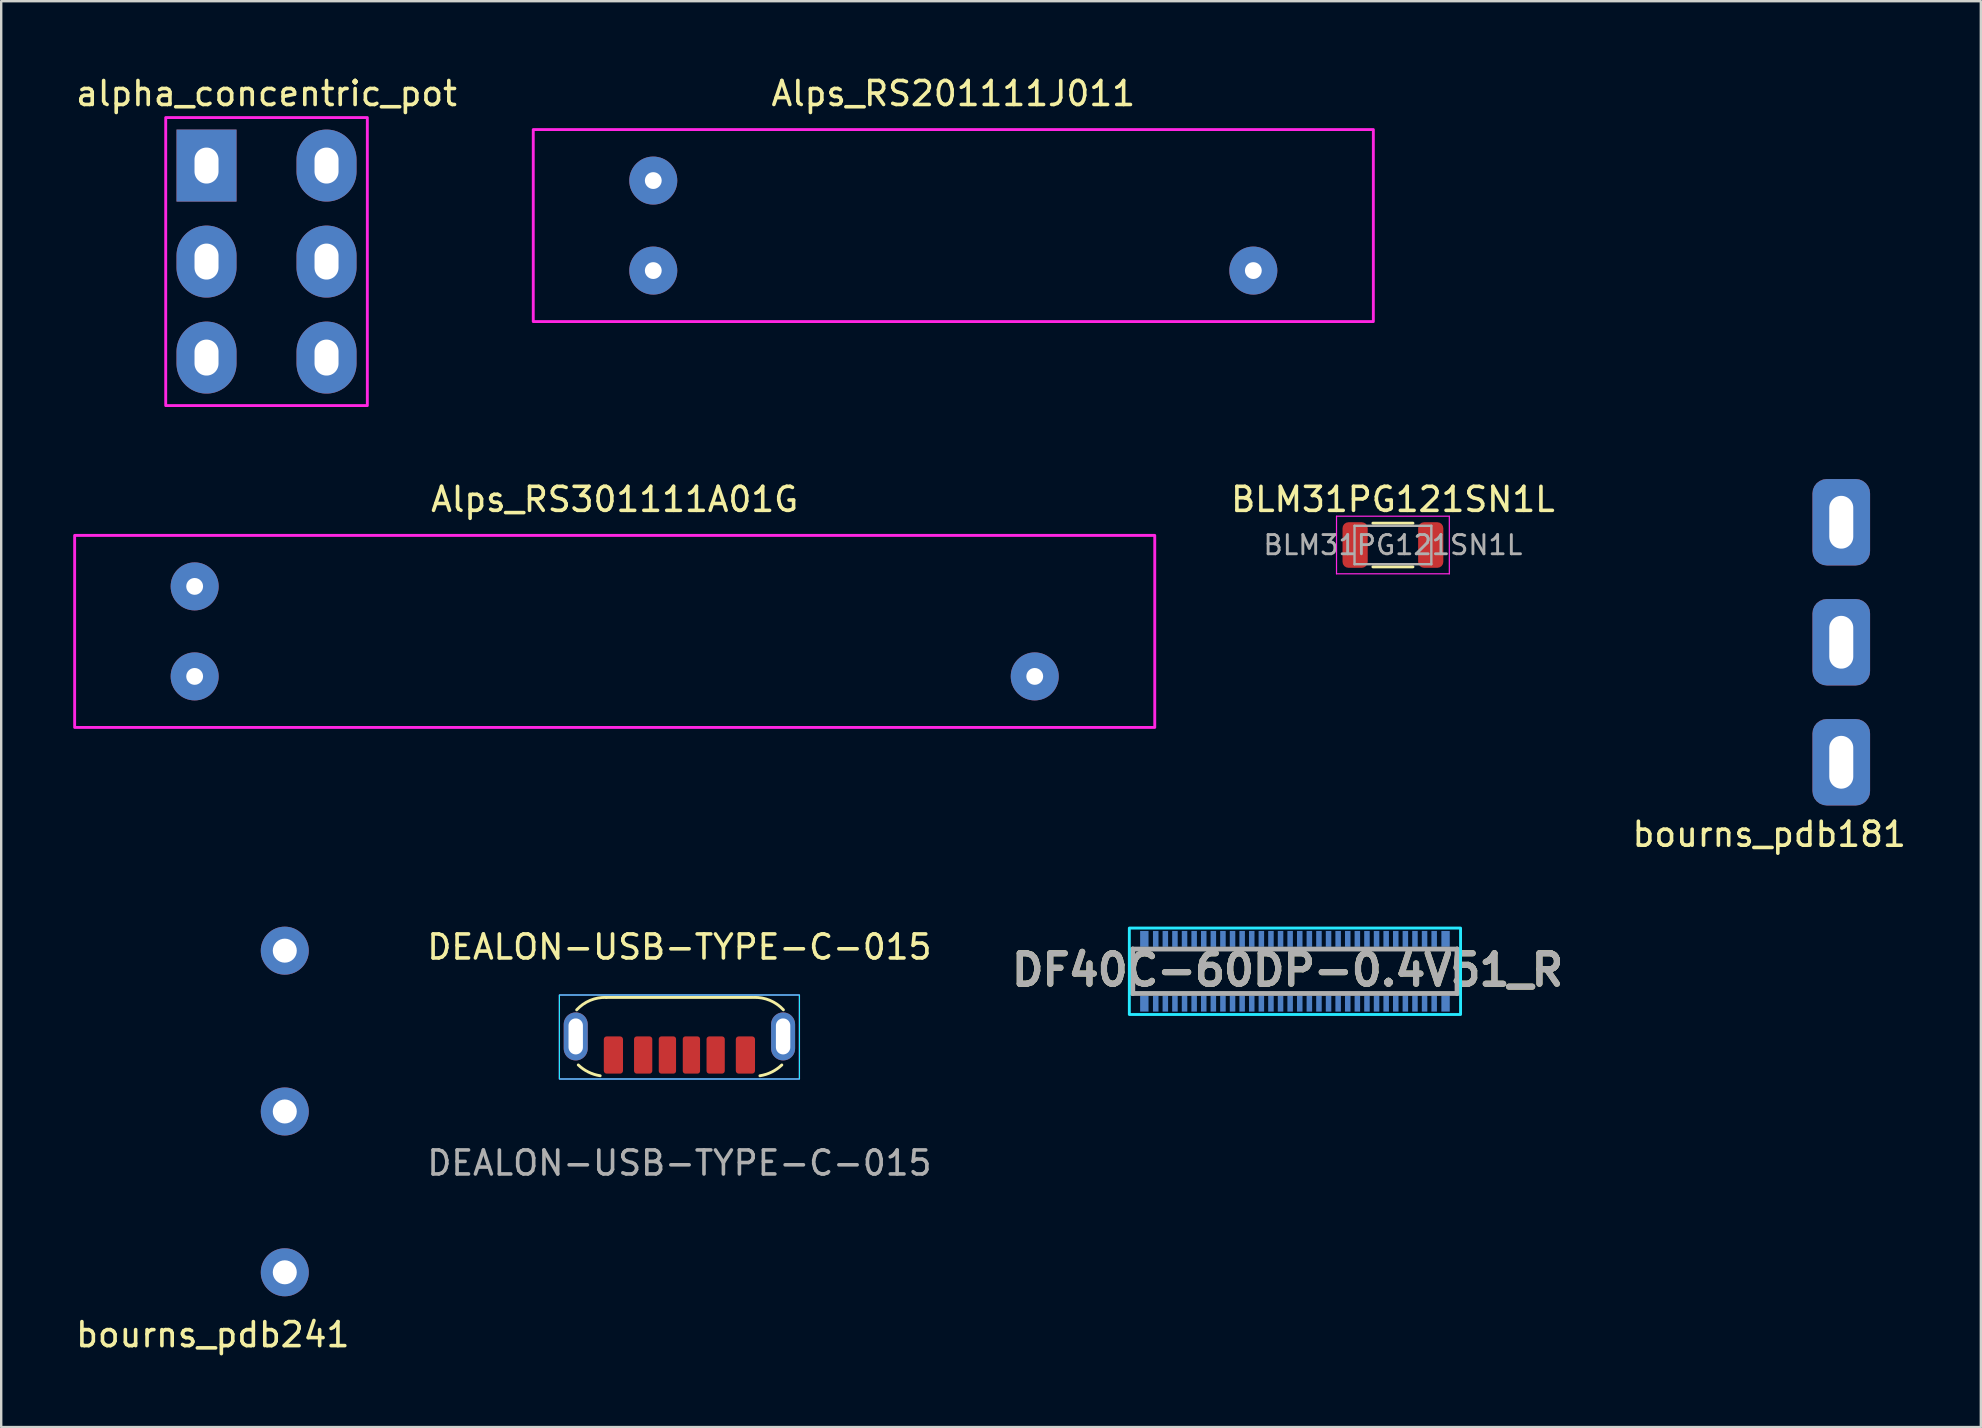
<source format=kicad_pcb>
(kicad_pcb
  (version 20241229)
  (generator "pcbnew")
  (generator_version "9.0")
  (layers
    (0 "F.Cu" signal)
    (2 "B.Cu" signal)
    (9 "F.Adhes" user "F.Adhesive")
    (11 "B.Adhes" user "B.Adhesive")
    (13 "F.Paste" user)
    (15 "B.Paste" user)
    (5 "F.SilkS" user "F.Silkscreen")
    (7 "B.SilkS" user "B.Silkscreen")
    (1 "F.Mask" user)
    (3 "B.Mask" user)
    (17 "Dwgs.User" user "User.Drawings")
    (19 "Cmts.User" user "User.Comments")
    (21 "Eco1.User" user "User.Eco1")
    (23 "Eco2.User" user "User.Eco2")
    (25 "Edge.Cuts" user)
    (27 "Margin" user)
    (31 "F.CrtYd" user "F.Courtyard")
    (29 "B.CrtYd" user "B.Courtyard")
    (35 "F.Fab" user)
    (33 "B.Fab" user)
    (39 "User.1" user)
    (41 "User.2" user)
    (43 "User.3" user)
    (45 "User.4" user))
  (footprint "DF40C-60DP-0.4V51_R"
    (layer "F.Cu")
    (at 50.901 37.416)
    (property "Reference" "DF40C-60DP-0.4V51_R" (at -0.306 -0.055 0) (layer "F.SilkS") (effects (font (size 1.27 1.27) (thickness 0.254))))
    (attr smd)
    (fp_line (start -6.76 0.925) (end -6.76 -0.925) (stroke (width 0.2) (type solid)) (layer "B.SilkS"))
    (fp_line (start 6.76 -0.925) (end 6.76 0.925) (stroke (width 0.2) (type solid)) (layer "B.SilkS"))
    (fp_rect (start -6.9 -1.8) (end 6.9 1.8) (stroke (width 0.12) (type solid)) (fill no) (layer "B.CrtYd"))
    (fp_line (start -6.76 -0.925) (end 6.76 -0.925) (stroke (width 0.2) (type solid)) (layer "F.Fab"))
    (fp_line (start -6.76 0.925) (end -6.76 -0.925) (stroke (width 0.2) (type solid)) (layer "F.Fab"))
    (fp_line (start 6.76 -0.925) (end 6.76 0.925) (stroke (width 0.2) (type solid)) (layer "F.Fab"))
    (fp_line (start 6.76 0.925) (end -6.76 0.925) (stroke (width 0.2) (type solid)) (layer "F.Fab"))
    (fp_text user "${REFERENCE}" (at -0.306 -0.055 0) (layer "F.Fab") (effects (font (size 1.27 1.27) (thickness 0.254))))
    (pad "1" smd rect (at -5.8 1.35 180) (size 0.23 0.66) (layers "B.Cu" "B.Mask" "B.Paste"))
    (pad "2" smd rect (at -5.8 -1.35 180) (size 0.23 0.66) (layers "B.Cu" "B.Mask" "B.Paste"))
    (pad "3" smd rect (at -5.4 1.35 180) (size 0.23 0.66) (layers "B.Cu" "B.Mask" "B.Paste"))
    (pad "4" smd rect (at -5.4 -1.35 180) (size 0.23 0.66) (layers "B.Cu" "B.Mask" "B.Paste"))
    (pad "5" smd rect (at -5 1.35 180) (size 0.23 0.66) (layers "B.Cu" "B.Mask" "B.Paste"))
    (pad "6" smd rect (at -5 -1.35 180) (size 0.23 0.66) (layers "B.Cu" "B.Mask" "B.Paste"))
    (pad "7" smd rect (at -4.6 1.35 180) (size 0.23 0.66) (layers "B.Cu" "B.Mask" "B.Paste"))
    (pad "8" smd rect (at -4.6 -1.35 180) (size 0.23 0.66) (layers "B.Cu" "B.Mask" "B.Paste"))
    (pad "9" smd rect (at -4.2 1.35 180) (size 0.23 0.66) (layers "B.Cu" "B.Mask" "B.Paste"))
    (pad "10" smd rect (at -4.2 -1.35 180) (size 0.23 0.66) (layers "B.Cu" "B.Mask" "B.Paste"))
    (pad "11" smd rect (at -3.8 1.35 180) (size 0.23 0.66) (layers "B.Cu" "B.Mask" "B.Paste"))
    (pad "12" smd rect (at -3.8 -1.35 180) (size 0.23 0.66) (layers "B.Cu" "B.Mask" "B.Paste"))
    (pad "13" smd rect (at -3.4 1.35 180) (size 0.23 0.66) (layers "B.Cu" "B.Mask" "B.Paste"))
    (pad "14" smd rect (at -3.4 -1.35 180) (size 0.23 0.66) (layers "B.Cu" "B.Mask" "B.Paste"))
    (pad "15" smd rect (at -3 1.35 180) (size 0.23 0.66) (layers "B.Cu" "B.Mask" "B.Paste"))
    (pad "16" smd rect (at -3 -1.35 180) (size 0.23 0.66) (layers "B.Cu" "B.Mask" "B.Paste"))
    (pad "17" smd rect (at -2.6 1.35 180) (size 0.23 0.66) (layers "B.Cu" "B.Mask" "B.Paste"))
    (pad "18" smd rect (at -2.6 -1.35 180) (size 0.23 0.66) (layers "B.Cu" "B.Mask" "B.Paste"))
    (pad "19" smd rect (at -2.2 1.35 180) (size 0.23 0.66) (layers "B.Cu" "B.Mask" "B.Paste"))
    (pad "20" smd rect (at -2.2 -1.35 180) (size 0.23 0.66) (layers "B.Cu" "B.Mask" "B.Paste"))
    (pad "21" smd rect (at -1.8 1.35 180) (size 0.23 0.66) (layers "B.Cu" "B.Mask" "B.Paste"))
    (pad "22" smd rect (at -1.8 -1.35 180) (size 0.23 0.66) (layers "B.Cu" "B.Mask" "B.Paste"))
    (pad "23" smd rect (at -1.4 1.35 180) (size 0.23 0.66) (layers "B.Cu" "B.Mask" "B.Paste"))
    (pad "24" smd rect (at -1.4 -1.35 180) (size 0.23 0.66) (layers "B.Cu" "B.Mask" "B.Paste"))
    (pad "25" smd rect (at -1 1.35 180) (size 0.23 0.66) (layers "B.Cu" "B.Mask" "B.Paste"))
    (pad "26" smd rect (at -1 -1.35 180) (size 0.23 0.66) (layers "B.Cu" "B.Mask" "B.Paste"))
    (pad "27" smd rect (at -0.6 1.35 180) (size 0.23 0.66) (layers "B.Cu" "B.Mask" "B.Paste"))
    (pad "28" smd rect (at -0.6 -1.35 180) (size 0.23 0.66) (layers "B.Cu" "B.Mask" "B.Paste"))
    (pad "29" smd rect (at -0.2 1.35 180) (size 0.23 0.66) (layers "B.Cu" "B.Mask" "B.Paste"))
    (pad "30" smd rect (at -0.2 -1.35 180) (size 0.23 0.66) (layers "B.Cu" "B.Mask" "B.Paste"))
    (pad "31" smd rect (at 0.2 1.35 180) (size 0.23 0.66) (layers "B.Cu" "B.Mask" "B.Paste"))
    (pad "32" smd rect (at 0.2 -1.35 180) (size 0.23 0.66) (layers "B.Cu" "B.Mask" "B.Paste"))
    (pad "33" smd rect (at 0.6 1.35 180) (size 0.23 0.66) (layers "B.Cu" "B.Mask" "B.Paste"))
    (pad "34" smd rect (at 0.6 -1.35 180) (size 0.23 0.66) (layers "B.Cu" "B.Mask" "B.Paste"))
    (pad "35" smd rect (at 1 1.35 180) (size 0.23 0.66) (layers "B.Cu" "B.Mask" "B.Paste"))
    (pad "36" smd rect (at 1 -1.35 180) (size 0.23 0.66) (layers "B.Cu" "B.Mask" "B.Paste"))
    (pad "37" smd rect (at 1.4 1.35 180) (size 0.23 0.66) (layers "B.Cu" "B.Mask" "B.Paste"))
    (pad "38" smd rect (at 1.4 -1.35 180) (size 0.23 0.66) (layers "B.Cu" "B.Mask" "B.Paste"))
    (pad "39" smd rect (at 1.8 1.35 180) (size 0.23 0.66) (layers "B.Cu" "B.Mask" "B.Paste"))
    (pad "40" smd rect (at 1.8 -1.35 180) (size 0.23 0.66) (layers "B.Cu" "B.Mask" "B.Paste"))
    (pad "41" smd rect (at 2.2 1.35 180) (size 0.23 0.66) (layers "B.Cu" "B.Mask" "B.Paste"))
    (pad "42" smd rect (at 2.2 -1.35 180) (size 0.23 0.66) (layers "B.Cu" "B.Mask" "B.Paste"))
    (pad "43" smd rect (at 2.6 1.35 180) (size 0.23 0.66) (layers "B.Cu" "B.Mask" "B.Paste"))
    (pad "44" smd rect (at 2.6 -1.35 180) (size 0.23 0.66) (layers "B.Cu" "B.Mask" "B.Paste"))
    (pad "45" smd rect (at 3 1.35 180) (size 0.23 0.66) (layers "B.Cu" "B.Mask" "B.Paste"))
    (pad "46" smd rect (at 3 -1.35 180) (size 0.23 0.66) (layers "B.Cu" "B.Mask" "B.Paste"))
    (pad "47" smd rect (at 3.4 1.35 180) (size 0.23 0.66) (layers "B.Cu" "B.Mask" "B.Paste"))
    (pad "48" smd rect (at 3.4 -1.35 180) (size 0.23 0.66) (layers "B.Cu" "B.Mask" "B.Paste"))
    (pad "49" smd rect (at 3.8 1.35 180) (size 0.23 0.66) (layers "B.Cu" "B.Mask" "B.Paste"))
    (pad "50" smd rect (at 3.8 -1.35 180) (size 0.23 0.66) (layers "B.Cu" "B.Mask" "B.Paste"))
    (pad "51" smd rect (at 4.2 1.35 180) (size 0.23 0.66) (layers "B.Cu" "B.Mask" "B.Paste"))
    (pad "52" smd rect (at 4.2 -1.35 180) (size 0.23 0.66) (layers "B.Cu" "B.Mask" "B.Paste"))
    (pad "53" smd rect (at 4.6 1.35 180) (size 0.23 0.66) (layers "B.Cu" "B.Mask" "B.Paste"))
    (pad "54" smd rect (at 4.6 -1.35 180) (size 0.23 0.66) (layers "B.Cu" "B.Mask" "B.Paste"))
    (pad "55" smd rect (at 5 1.35 180) (size 0.23 0.66) (layers "B.Cu" "B.Mask" "B.Paste"))
    (pad "56" smd rect (at 5 -1.35 180) (size 0.23 0.66) (layers "B.Cu" "B.Mask" "B.Paste"))
    (pad "57" smd rect (at 5.4 1.35 180) (size 0.23 0.66) (layers "B.Cu" "B.Mask" "B.Paste"))
    (pad "58" smd rect (at 5.4 -1.35 180) (size 0.23 0.66) (layers "B.Cu" "B.Mask" "B.Paste"))
    (pad "59" smd rect (at 5.8 1.35 180) (size 0.23 0.66) (layers "B.Cu" "B.Mask" "B.Paste"))
    (pad "60" smd rect (at 5.8 -1.35 180) (size 0.23 0.66) (layers "B.Cu" "B.Mask" "B.Paste"))
    (pad "61" smd rect (at -6.275 -1.35 180) (size 0.35 0.66) (layers "B.Cu" "B.Mask" "B.Paste"))
    (pad "62" smd rect (at -6.275 1.35 180) (size 0.35 0.66) (layers "B.Cu" "B.Mask" "B.Paste"))
    (pad "63" smd rect (at 6.275 1.35 180) (size 0.35 0.66) (layers "B.Cu" "B.Mask" "B.Paste"))
    (pad "64" smd rect (at 6.275 -1.35 180) (size 0.35 0.66) (layers "B.Cu" "B.Mask" "B.Paste")))
  (footprint "DEALON-USB-TYPE-C-015"
    (layer "F.Cu")
    (at 25.256 40.905)
    (property "Reference" "DEALON-USB-TYPE-C-015" (at 0 -4.5 0) (unlocked yes) (layer "F.SilkS") (effects (font (size 1 1) (thickness 0.15))))
    (attr through_hole)
    (fp_line (start -3.047 -2.4) (end 3.047 -2.4) (stroke (width 0.12) (type default)) (layer "F.SilkS"))
    (fp_arc (start -4.280099 -1.881757) (mid -3.720169 -2.27588) (end -3.046783 -2.4) (stroke (width 0.12) (type default)) (layer "F.SilkS"))
    (fp_arc (start -3.3 0.864304) (mid -3.791516 0.709768) (end -4.213271 0.413809) (stroke (width 0.12) (type default)) (layer "F.SilkS"))
    (fp_arc (start 3.1 -2.4) (mid 3.773386 -2.27588) (end 4.333316 -1.881757) (stroke (width 0.12) (type default)) (layer "F.SilkS"))
    (fp_arc (start 4.266488 0.413809) (mid 3.844733 0.709768) (end 3.353217 0.864304) (stroke (width 0.12) (type default)) (layer "F.SilkS"))
    (fp_rect (start -5 -2.5) (end 5 1) (stroke (width 0.05) (type default)) (fill no) (layer "B.CrtYd"))
    (fp_rect (start -5 -2.5) (end 5 1) (stroke (width 0.05) (type solid)) (fill no) (layer "F.CrtYd"))
    (fp_text user "${REFERENCE}" (at 0 4.5 0) (unlocked yes) (layer "F.Fab") (effects (font (size 1 1) (thickness 0.15))))
    (pad "A5" smd roundrect (at -0.5 0) (size 0.72 1.55) (layers "F.Cu" "F.Mask" "F.Paste") (roundrect_rratio 0.15))
    (pad "A9" smd roundrect (at 1.51 0) (size 0.76 1.55) (layers "F.Cu" "F.Mask" "F.Paste") (roundrect_rratio 0.15))
    (pad "A12" smd roundrect (at 2.75 0) (size 0.8 1.55) (layers "F.Cu" "F.Mask" "F.Paste") (roundrect_rratio 0.15))
    (pad "B5" smd roundrect (at 0.5 0) (size 0.72 1.55) (layers "F.Cu" "F.Mask" "F.Paste") (roundrect_rratio 0.15))
    (pad "B9" smd roundrect (at -1.51 0) (size 0.76 1.55) (layers "F.Cu" "F.Mask" "F.Paste") (roundrect_rratio 0.15))
    (pad "B12" smd roundrect (at -2.75 0) (size 0.8 1.55) (layers "F.Cu" "F.Mask" "F.Paste") (roundrect_rratio 0.15))
    (pad "S1" thru_hole oval (at -4.32 -0.775) (size 1 2) (drill oval 0.6 1.5) (layers "*.Cu" "*.Mask"))
    (pad "S1" thru_hole oval (at 4.32 -0.775) (size 1 2) (drill oval 0.6 1.5) (layers "*.Cu" "*.Mask")))
  (footprint "Alps_RS301111A01G"
    (layer "F.Cu")
    (at 22.56 23.256)
    (property "Reference" "Alps_RS301111A01G" (at 0 -5.5 0) (unlocked yes) (layer "F.SilkS") (effects (font (size 1 1) (thickness 0.15))))
    (attr through_hole)
    (fp_rect (start -22.5 -4) (end 22.5 4) (stroke (width 0.12) (type solid)) (fill no) (layer "F.CrtYd"))
    (pad "1" thru_hole circle (at -17.5 1.875) (size 2 2) (drill 0.7) (layers "*.Cu" "*.Mask"))
    (pad "2" thru_hole circle (at -17.5 -1.875) (size 2 2) (drill 0.7) (layers "*.Cu" "*.Mask"))
    (pad "3" thru_hole circle (at 17.5 1.875) (size 2 2) (drill 0.7) (layers "*.Cu" "*.Mask")))
  (footprint "alpha_concentric_pot"
    (layer "F.Cu")
    (at 8.054 7.848)
    (property "Reference" "alpha_concentric_pot" (at 0 -7 0) (unlocked yes) (layer "F.SilkS") (effects (font (size 1 1) (thickness 0.15))))
    (attr through_hole)
    (fp_rect (start -4.2 -6) (end 4.2 6) (stroke (width 0.12) (type solid)) (fill no) (layer "F.CrtYd"))
    (pad "1" thru_hole rect (at -2.5 -4) (size 2.5 3) (drill oval 1 1.5) (layers "*.Cu" "*.Mask"))
    (pad "2" thru_hole oval (at -2.5 0) (size 2.5 3) (drill oval 1 1.5) (layers "*.Cu" "*.Mask"))
    (pad "3" thru_hole oval (at -2.5 4) (size 2.5 3) (drill oval 1 1.5) (layers "*.Cu" "*.Mask"))
    (pad "4" thru_hole oval (at 2.5 -4) (size 2.5 3) (drill oval 1 1.5) (layers "*.Cu" "*.Mask"))
    (pad "5" thru_hole oval (at 2.5 0) (size 2.5 3) (drill oval 1 1.5) (layers "*.Cu" "*.Mask"))
    (pad "6" thru_hole oval (at 2.5 4) (size 2.5 3) (drill oval 1 1.5) (layers "*.Cu" "*.Mask")))
  (footprint "BLM31PG121SN1L"
    (layer "F.Cu")
    (at 54.983 19.657)
    (property "Reference" "BLM31PG121SN1L" (at 0 -1.9 0) (layer "F.SilkS") (effects (font (size 1 1) (thickness 0.15))))
    (attr smd)
    (fp_line (start -0.835 -0.91) (end 0.835 -0.91) (stroke (width 0.12) (type solid)) (layer "F.SilkS"))
    (fp_line (start -0.835 0.91) (end 0.835 0.91) (stroke (width 0.12) (type solid)) (layer "F.SilkS"))
    (fp_line (start -2.35 -1.2) (end 2.35 -1.2) (stroke (width 0.05) (type solid)) (layer "F.CrtYd"))
    (fp_line (start -2.35 1.2) (end -2.35 -1.2) (stroke (width 0.05) (type solid)) (layer "F.CrtYd"))
    (fp_line (start 2.35 -1.2) (end 2.35 1.2) (stroke (width 0.05) (type solid)) (layer "F.CrtYd"))
    (fp_line (start 2.35 1.2) (end -2.35 1.2) (stroke (width 0.05) (type solid)) (layer "F.CrtYd"))
    (fp_line (start -1.6 -0.8) (end 1.6 -0.8) (stroke (width 0.1) (type solid)) (layer "F.Fab"))
    (fp_line (start -1.6 0.8) (end -1.6 -0.8) (stroke (width 0.1) (type solid)) (layer "F.Fab"))
    (fp_line (start 1.6 -0.8) (end 1.6 0.8) (stroke (width 0.1) (type solid)) (layer "F.Fab"))
    (fp_line (start 1.6 0.8) (end -1.6 0.8) (stroke (width 0.1) (type solid)) (layer "F.Fab"))
    (fp_text user "${REFERENCE}" (at 0 0 0) (layer "F.Fab") (effects (font (size 0.8 0.8) (thickness 0.12))))
    (pad "1" smd roundrect (at -1.575 0) (size 1.05 1.9) (layers "F.Cu" "F.Mask" "F.Paste") (roundrect_rratio 0.238))
    (pad "2" smd roundrect (at 1.575 0) (size 1.05 1.9) (layers "F.Cu" "F.Mask" "F.Paste") (roundrect_rratio 0.238)))
  (footprint "bourns_pdb181"
    (layer "F.Cu")
    (at 73.662 18.708)
    (property "Reference" "bourns_pdb181" (at -3 13 0) (unlocked yes) (layer "F.SilkS") (effects (font (size 1 1) (thickness 0.15))))
    (attr smd)
    (pad "1" thru_hole roundrect (at 0 0) (size 2.4 3.6) (drill oval 1 2.2) (layers "*.Cu" "*.Mask") (roundrect_rratio 0.25))
    (pad "2" thru_hole roundrect (at 0 5) (size 2.4 3.6) (drill oval 1 2.2) (layers "*.Cu" "*.Mask") (roundrect_rratio 0.25))
    (pad "3" thru_hole roundrect (at 0 10) (size 2.4 3.6) (drill oval 1 2.2) (layers "*.Cu" "*.Mask") (roundrect_rratio 0.25)))
  (footprint "Alps_RS201111J011"
    (layer "F.Cu")
    (at 36.667 6.348)
    (property "Reference" "Alps_RS201111J011" (at 0 -5.5 0) (unlocked yes) (layer "F.SilkS") (effects (font (size 1 1) (thickness 0.15))))
    (attr through_hole)
    (fp_rect (start -17.5 -4) (end 17.5 4) (stroke (width 0.12) (type solid)) (fill no) (layer "F.CrtYd"))
    (pad "1" thru_hole circle (at -12.5 1.875) (size 2 2) (drill 0.7) (layers "*.Cu" "*.Mask"))
    (pad "2" thru_hole circle (at -12.5 -1.875) (size 2 2) (drill 0.7) (layers "*.Cu" "*.Mask"))
    (pad "3" thru_hole circle (at 12.5 1.875) (size 2 2) (drill 0.7) (layers "*.Cu" "*.Mask")))
  (footprint "bourns_pdb241"
    (layer "F.Cu")
    (at 8.815 43.257)
    (property "Reference" "bourns_pdb241" (at -3 9.3 0) (unlocked yes) (layer "F.SilkS") (effects (font (size 1 1) (thickness 0.15))))
    (attr smd)
    (pad "1" thru_hole circle (at 0 -6.7) (size 2 2) (drill 1) (layers "*.Cu" "*.Mask"))
    (pad "2" thru_hole circle (at 0 0) (size 2 2) (drill 1) (layers "*.Cu" "*.Mask"))
    (pad "3" thru_hole circle (at 0 6.7) (size 2 2) (drill 1) (layers "*.Cu" "*.Mask")))
  (gr_rect
    (start -3 -3)
    (end 79.477 56.405)
    (stroke (width 0.1) (type default))
    (fill no)
    (layer "Edge.Cuts")))
</source>
